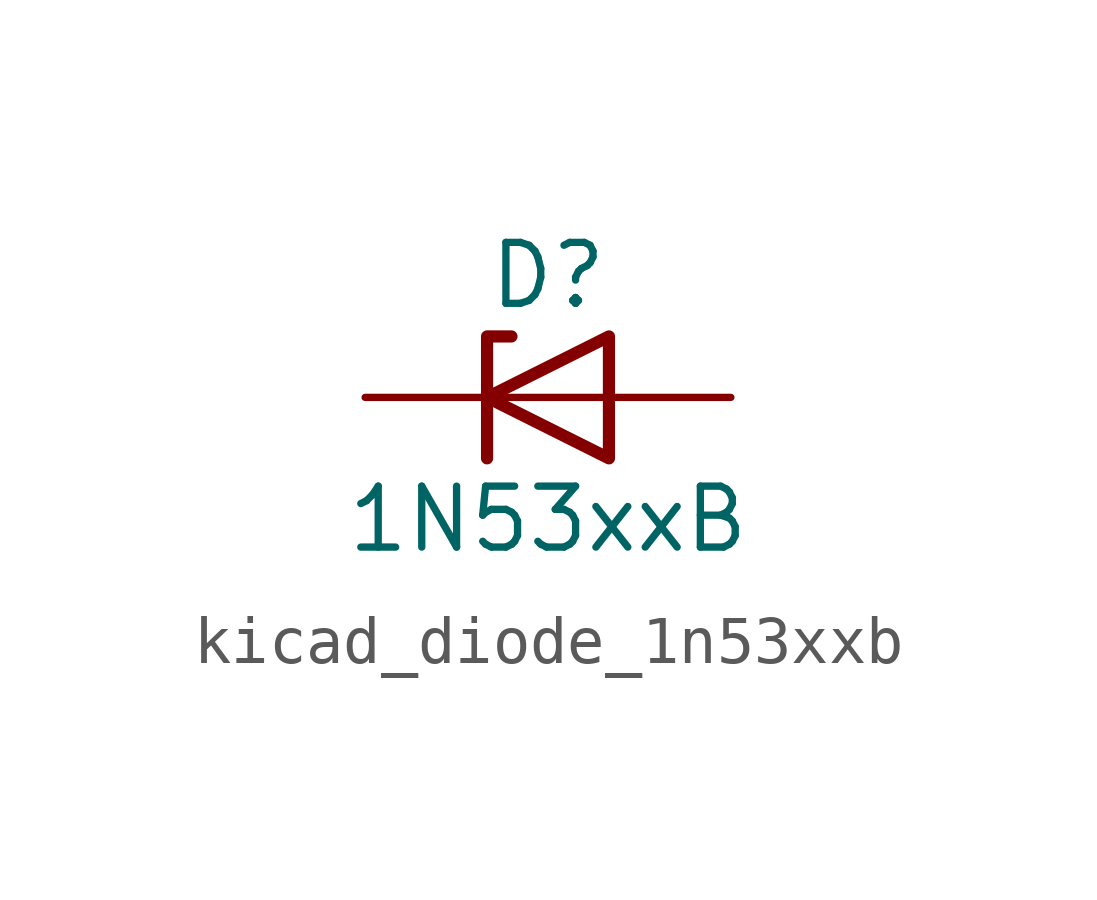
<source format=kicad_sym>
(kicad_symbol_lib
  (version 20220914)
  (generator kicad_symbol_editor)
  (symbol "kicad_diode_1n53xxb"
    (pin_numbers hide)
    (pin_names hide)
    (property "Reference" "D"
      (at 0 2.54 0)
      (effects (font (size 1.27 1.27))))
    (property "Value" "1N53xxB"
      (at 0 -2.54 0)
      (effects (font (size 1.27 1.27))))
    (symbol "kicad_diode_1n53xxb_0_1"
      (polyline (pts (xy 1.27 0) (xy -1.27 0)) (stroke (width 0) (type default)) (fill (type none)))
      (polyline (pts (xy -1.27 -1.27) (xy -1.27 1.27) (xy -0.762 1.27)) (stroke (width 0.254) (type default)) (fill (type none)))
      (polyline (pts (xy 1.27 -1.27) (xy 1.27 1.27) (xy -1.27 0) (xy 1.27 -1.27)) (stroke (width 0.254) (type default)) (fill (type none))))
    (symbol "kicad_diode_1n53xxb_1_1"
      (pin passive line (at -3.81 0 0) (length 2.54) (name "K" (effects (font (size 1.27 1.27)))) (number "1" (effects (font (size 1.27 1.27)))))
      (pin passive line (at 3.81 0 180) (length 2.54) (name "A" (effects (font (size 1.27 1.27)))) (number "2" (effects (font (size 1.27 1.27))))))))
</source>
